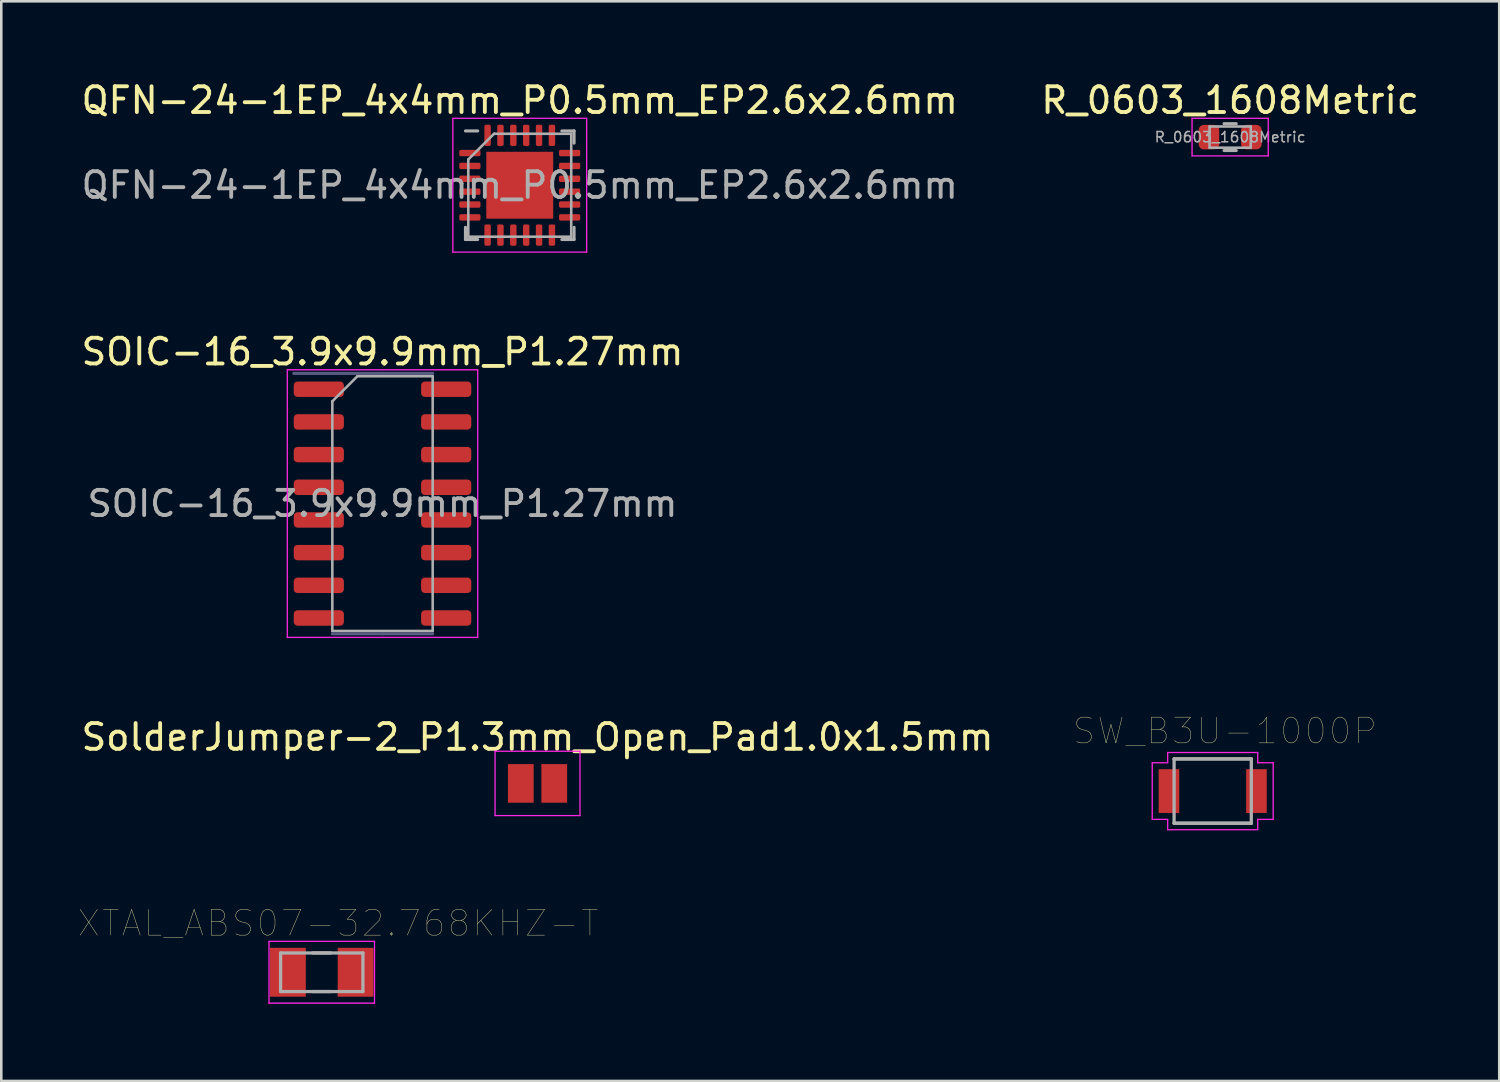
<source format=kicad_pcb>
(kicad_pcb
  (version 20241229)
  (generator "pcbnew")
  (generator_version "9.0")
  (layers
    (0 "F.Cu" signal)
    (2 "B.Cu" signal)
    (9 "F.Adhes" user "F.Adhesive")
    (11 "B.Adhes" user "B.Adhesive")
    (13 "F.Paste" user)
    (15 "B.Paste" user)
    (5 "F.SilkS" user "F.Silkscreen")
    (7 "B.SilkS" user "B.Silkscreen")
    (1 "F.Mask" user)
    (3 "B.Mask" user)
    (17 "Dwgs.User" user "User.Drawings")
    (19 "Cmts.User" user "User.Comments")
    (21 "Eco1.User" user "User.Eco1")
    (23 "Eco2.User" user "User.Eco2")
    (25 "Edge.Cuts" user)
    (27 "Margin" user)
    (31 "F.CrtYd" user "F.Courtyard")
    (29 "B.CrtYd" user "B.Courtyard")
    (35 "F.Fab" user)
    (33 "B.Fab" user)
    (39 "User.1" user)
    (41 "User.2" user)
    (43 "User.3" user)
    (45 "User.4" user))
  (footprint "QFN-24-1EP_4x4mm_P0.5mm_EP2.6x2.6mm"
    (layer "F.Cu")
    (at 17.149 4.148)
    (property "Reference" "QFN-24-1EP_4x4mm_P0.5mm_EP2.6x2.6mm" (at 0 -3.3 0) (layer "F.SilkS") (effects (font (size 1 1) (thickness 0.15))))
    (attr smd)
    (fp_line (start -2.6 -2.6) (end -2.6 2.6) (stroke (width 0.05) (type solid)) (layer "F.CrtYd"))
    (fp_line (start -2.6 2.6) (end 2.6 2.6) (stroke (width 0.05) (type solid)) (layer "F.CrtYd"))
    (fp_line (start 2.6 -2.6) (end -2.6 -2.6) (stroke (width 0.05) (type solid)) (layer "F.CrtYd"))
    (fp_line (start 2.6 2.6) (end 2.6 -2.6) (stroke (width 0.05) (type solid)) (layer "F.CrtYd"))
    (fp_line (start -2.11 2.11) (end -2.11 1.635) (stroke (width 0.12) (type solid)) (layer "F.Fab"))
    (fp_line (start -2 -1) (end -1 -2) (stroke (width 0.1) (type solid)) (layer "F.Fab"))
    (fp_line (start -2 2) (end -2 -1) (stroke (width 0.1) (type solid)) (layer "F.Fab"))
    (fp_line (start -1.635 -2.11) (end -2.11 -2.11) (stroke (width 0.12) (type solid)) (layer "F.Fab"))
    (fp_line (start -1.635 2.11) (end -2.11 2.11) (stroke (width 0.12) (type solid)) (layer "F.Fab"))
    (fp_line (start -1 -2) (end 2 -2) (stroke (width 0.1) (type solid)) (layer "F.Fab"))
    (fp_line (start 1.635 -2.11) (end 2.11 -2.11) (stroke (width 0.12) (type solid)) (layer "F.Fab"))
    (fp_line (start 1.635 2.11) (end 2.11 2.11) (stroke (width 0.12) (type solid)) (layer "F.Fab"))
    (fp_line (start 2 -2) (end 2 2) (stroke (width 0.1) (type solid)) (layer "F.Fab"))
    (fp_line (start 2 2) (end -2 2) (stroke (width 0.1) (type solid)) (layer "F.Fab"))
    (fp_line (start 2.11 -2.11) (end 2.11 -1.635) (stroke (width 0.12) (type solid)) (layer "F.Fab"))
    (fp_line (start 2.11 2.11) (end 2.11 1.635) (stroke (width 0.12) (type solid)) (layer "F.Fab"))
    (fp_text user "${REFERENCE}" (at 0 0 0) (layer "F.Fab") (effects (font (size 1 1) (thickness 0.15))))
    (pad "" smd roundrect (at -0.65 -0.65) (size 1.05 1.05) (layers "F.Paste") (roundrect_rratio 0.238))
    (pad "" smd roundrect (at -0.65 0.65) (size 1.05 1.05) (layers "F.Paste") (roundrect_rratio 0.238))
    (pad "" smd roundrect (at 0.65 -0.65) (size 1.05 1.05) (layers "F.Paste") (roundrect_rratio 0.238))
    (pad "" smd roundrect (at 0.65 0.65) (size 1.05 1.05) (layers "F.Paste") (roundrect_rratio 0.238))
    (pad "1" smd roundrect (at -1.938 -1.25) (size 0.825 0.25) (layers "F.Cu" "F.Mask" "F.Paste") (roundrect_rratio 0.25))
    (pad "2" smd roundrect (at -1.938 -0.75) (size 0.825 0.25) (layers "F.Cu" "F.Mask" "F.Paste") (roundrect_rratio 0.25))
    (pad "3" smd roundrect (at -1.938 -0.25) (size 0.825 0.25) (layers "F.Cu" "F.Mask" "F.Paste") (roundrect_rratio 0.25))
    (pad "4" smd roundrect (at -1.938 0.25) (size 0.825 0.25) (layers "F.Cu" "F.Mask" "F.Paste") (roundrect_rratio 0.25))
    (pad "5" smd roundrect (at -1.938 0.75) (size 0.825 0.25) (layers "F.Cu" "F.Mask" "F.Paste") (roundrect_rratio 0.25))
    (pad "6" smd roundrect (at -1.938 1.25) (size 0.825 0.25) (layers "F.Cu" "F.Mask" "F.Paste") (roundrect_rratio 0.25))
    (pad "7" smd roundrect (at -1.25 1.938) (size 0.25 0.825) (layers "F.Cu" "F.Mask" "F.Paste") (roundrect_rratio 0.25))
    (pad "8" smd roundrect (at -0.75 1.938) (size 0.25 0.825) (layers "F.Cu" "F.Mask" "F.Paste") (roundrect_rratio 0.25))
    (pad "9" smd roundrect (at -0.25 1.938) (size 0.25 0.825) (layers "F.Cu" "F.Mask" "F.Paste") (roundrect_rratio 0.25))
    (pad "10" smd roundrect (at 0.25 1.938) (size 0.25 0.825) (layers "F.Cu" "F.Mask" "F.Paste") (roundrect_rratio 0.25))
    (pad "11" smd roundrect (at 0.75 1.938) (size 0.25 0.825) (layers "F.Cu" "F.Mask" "F.Paste") (roundrect_rratio 0.25))
    (pad "12" smd roundrect (at 1.25 1.938) (size 0.25 0.825) (layers "F.Cu" "F.Mask" "F.Paste") (roundrect_rratio 0.25))
    (pad "13" smd roundrect (at 1.938 1.25) (size 0.825 0.25) (layers "F.Cu" "F.Mask" "F.Paste") (roundrect_rratio 0.25))
    (pad "14" smd roundrect (at 1.938 0.75) (size 0.825 0.25) (layers "F.Cu" "F.Mask" "F.Paste") (roundrect_rratio 0.25))
    (pad "15" smd roundrect (at 1.938 0.25) (size 0.825 0.25) (layers "F.Cu" "F.Mask" "F.Paste") (roundrect_rratio 0.25))
    (pad "16" smd roundrect (at 1.938 -0.25) (size 0.825 0.25) (layers "F.Cu" "F.Mask" "F.Paste") (roundrect_rratio 0.25))
    (pad "17" smd roundrect (at 1.938 -0.75) (size 0.825 0.25) (layers "F.Cu" "F.Mask" "F.Paste") (roundrect_rratio 0.25))
    (pad "18" smd roundrect (at 1.938 -1.25) (size 0.825 0.25) (layers "F.Cu" "F.Mask" "F.Paste") (roundrect_rratio 0.25))
    (pad "19" smd roundrect (at 1.25 -1.938) (size 0.25 0.825) (layers "F.Cu" "F.Mask" "F.Paste") (roundrect_rratio 0.25))
    (pad "20" smd roundrect (at 0.75 -1.938) (size 0.25 0.825) (layers "F.Cu" "F.Mask" "F.Paste") (roundrect_rratio 0.25))
    (pad "21" smd roundrect (at 0.25 -1.938) (size 0.25 0.825) (layers "F.Cu" "F.Mask" "F.Paste") (roundrect_rratio 0.25))
    (pad "22" smd roundrect (at -0.25 -1.938) (size 0.25 0.825) (layers "F.Cu" "F.Mask" "F.Paste") (roundrect_rratio 0.25))
    (pad "23" smd roundrect (at -0.75 -1.938) (size 0.25 0.825) (layers "F.Cu" "F.Mask" "F.Paste") (roundrect_rratio 0.25))
    (pad "24" smd roundrect (at -1.25 -1.938) (size 0.25 0.825) (layers "F.Cu" "F.Mask" "F.Paste") (roundrect_rratio 0.25))
    (pad "25" smd rect (at 0 0) (size 2.6 2.6) (layers "F.Cu" "F.Mask")))
  (footprint "R_0603_1608Metric"
    (layer "F.Cu")
    (at 44.756 2.278)
    (property "Reference" "R_0603_1608Metric" (at 0 -1.43 0) (layer "F.SilkS") (effects (font (size 1 1) (thickness 0.15))))
    (attr smd)
    (fp_line (start -1.48 -0.73) (end 1.48 -0.73) (stroke (width 0.05) (type solid)) (layer "F.CrtYd"))
    (fp_line (start -1.48 0.73) (end -1.48 -0.73) (stroke (width 0.05) (type solid)) (layer "F.CrtYd"))
    (fp_line (start 1.48 -0.73) (end 1.48 0.73) (stroke (width 0.05) (type solid)) (layer "F.CrtYd"))
    (fp_line (start 1.48 0.73) (end -1.48 0.73) (stroke (width 0.05) (type solid)) (layer "F.CrtYd"))
    (fp_line (start -0.8 -0.412) (end 0.8 -0.412) (stroke (width 0.1) (type solid)) (layer "F.Fab"))
    (fp_line (start -0.8 0.412) (end -0.8 -0.412) (stroke (width 0.1) (type solid)) (layer "F.Fab"))
    (fp_line (start -0.237 -0.522) (end 0.237 -0.522) (stroke (width 0.12) (type solid)) (layer "F.Fab"))
    (fp_line (start -0.237 0.522) (end 0.237 0.522) (stroke (width 0.12) (type solid)) (layer "F.Fab"))
    (fp_line (start 0.8 -0.412) (end 0.8 0.412) (stroke (width 0.1) (type solid)) (layer "F.Fab"))
    (fp_line (start 0.8 0.412) (end -0.8 0.412) (stroke (width 0.1) (type solid)) (layer "F.Fab"))
    (fp_text user "${REFERENCE}" (at 0 0 0) (layer "F.Fab") (effects (font (size 0.4 0.4) (thickness 0.06))))
    (pad "1" smd roundrect (at -0.825 0) (size 0.8 0.95) (layers "F.Cu" "F.Mask" "F.Paste") (roundrect_rratio 0.25))
    (pad "2" smd roundrect (at 0.825 0) (size 0.8 0.95) (layers "F.Cu" "F.Mask" "F.Paste") (roundrect_rratio 0.25)))
  (footprint "SolderJumper-2_P1.3mm_Open_Pad1.0x1.5mm"
    (layer "F.Cu")
    (at 17.839 27.395)
    (property "Reference" "SolderJumper-2_P1.3mm_Open_Pad1.0x1.5mm" (at 0 -1.8 180) (layer "F.SilkS") (effects (font (size 1 1) (thickness 0.15))))
    (attr exclude_from_pos_files)
    (fp_line (start -1.65 -1.25) (end -1.65 1.25) (stroke (width 0.05) (type solid)) (layer "F.CrtYd"))
    (fp_line (start -1.65 -1.25) (end 1.65 -1.25) (stroke (width 0.05) (type solid)) (layer "F.CrtYd"))
    (fp_line (start 1.65 1.25) (end -1.65 1.25) (stroke (width 0.05) (type solid)) (layer "F.CrtYd"))
    (fp_line (start 1.65 1.25) (end 1.65 -1.25) (stroke (width 0.05) (type solid)) (layer "F.CrtYd"))
    (pad "1" smd rect (at -0.65 0) (size 1 1.5) (layers "F.Cu" "F.Mask"))
    (pad "2" smd rect (at 0.65 0) (size 1 1.5) (layers "F.Cu" "F.Mask")))
  (footprint "XTAL_ABS07-32.768KHZ-T"
    (layer "F.Cu")
    (at 9.454 34.734)
    (property "Reference" "XTAL_ABS07-32.768KHZ-T" (at 0.635 -1.905 180) (layer "F.SilkS") (effects (font (size 1 1) (thickness 0.015))))
    (attr smd)
    (fp_line (start -2.05 -1.2) (end 2.05 -1.2) (stroke (width 0.05) (type solid)) (layer "F.CrtYd"))
    (fp_line (start -2.05 1.2) (end -2.05 -1.2) (stroke (width 0.05) (type solid)) (layer "F.CrtYd"))
    (fp_line (start 2.05 -1.2) (end 2.05 1.2) (stroke (width 0.05) (type solid)) (layer "F.CrtYd"))
    (fp_line (start 2.05 1.2) (end -2.05 1.2) (stroke (width 0.05) (type solid)) (layer "F.CrtYd"))
    (fp_line (start -1.6 -0.75) (end 1.6 -0.75) (stroke (width 0.127) (type solid)) (layer "F.Fab"))
    (fp_line (start -1.6 0.75) (end -1.6 -0.75) (stroke (width 0.127) (type solid)) (layer "F.Fab"))
    (fp_line (start -0.35 -0.75) (end 0.35 -0.75) (stroke (width 0.127) (type solid)) (layer "F.Fab"))
    (fp_line (start -0.35 0.75) (end 0.35 0.75) (stroke (width 0.127) (type solid)) (layer "F.Fab"))
    (fp_line (start 1.6 -0.75) (end 1.6 0.75) (stroke (width 0.127) (type solid)) (layer "F.Fab"))
    (fp_line (start 1.6 0.75) (end -1.6 0.75) (stroke (width 0.127) (type solid)) (layer "F.Fab"))
    (pad "1" smd rect (at -1.315 0) (size 1.39 1.9) (layers "F.Cu" "F.Mask" "F.Paste"))
    (pad "2" smd rect (at 1.315 0) (size 1.39 1.9) (layers "F.Cu" "F.Mask" "F.Paste")))
  (footprint "SW_B3U-1000P"
    (layer "F.Cu")
    (at 44.078 27.693)
    (property "Reference" "SW_B3U-1000P" (at 0.475 -2.335 0) (layer "F.SilkS") (effects (font (size 1 1) (thickness 0.015))))
    (attr through_hole)
    (fp_line (start -2.35 -1.1) (end -1.75 -1.1) (stroke (width 0.05) (type solid)) (layer "F.CrtYd"))
    (fp_line (start -2.35 1.1) (end -2.35 -1.1) (stroke (width 0.05) (type solid)) (layer "F.CrtYd"))
    (fp_line (start -1.75 -1.5) (end 1.75 -1.5) (stroke (width 0.05) (type solid)) (layer "F.CrtYd"))
    (fp_line (start -1.75 -1.1) (end -1.75 -1.5) (stroke (width 0.05) (type solid)) (layer "F.CrtYd"))
    (fp_line (start -1.75 1.1) (end -2.35 1.1) (stroke (width 0.05) (type solid)) (layer "F.CrtYd"))
    (fp_line (start -1.75 1.5) (end -1.75 1.1) (stroke (width 0.05) (type solid)) (layer "F.CrtYd"))
    (fp_line (start 1.75 -1.5) (end 1.75 -1.1) (stroke (width 0.05) (type solid)) (layer "F.CrtYd"))
    (fp_line (start 1.75 -1.1) (end 2.35 -1.1) (stroke (width 0.05) (type solid)) (layer "F.CrtYd"))
    (fp_line (start 1.75 1.1) (end 1.75 1.5) (stroke (width 0.05) (type solid)) (layer "F.CrtYd"))
    (fp_line (start 1.75 1.5) (end -1.75 1.5) (stroke (width 0.05) (type solid)) (layer "F.CrtYd"))
    (fp_line (start 2.35 -1.1) (end 2.35 1.1) (stroke (width 0.05) (type solid)) (layer "F.CrtYd"))
    (fp_line (start 2.35 1.1) (end 1.75 1.1) (stroke (width 0.05) (type solid)) (layer "F.CrtYd"))
    (fp_line (start -1.5 -1.25) (end 1.5 -1.25) (stroke (width 0.127) (type solid)) (layer "F.Fab"))
    (fp_line (start -1.5 1.25) (end -1.5 -1.25) (stroke (width 0.127) (type solid)) (layer "F.Fab"))
    (fp_line (start -1.5 1.25) (end 1.5 1.25) (stroke (width 0.127) (type solid)) (layer "F.Fab"))
    (fp_line (start 1.5 -1.25) (end -1.5 -1.25) (stroke (width 0.127) (type solid)) (layer "F.Fab"))
    (fp_line (start 1.5 -1.25) (end 1.5 1.25) (stroke (width 0.127) (type solid)) (layer "F.Fab"))
    (fp_line (start 1.5 1.25) (end -1.5 1.25) (stroke (width 0.127) (type solid)) (layer "F.Fab"))
    (pad "1" smd rect (at -1.7 0) (size 0.8 1.7) (layers "F.Cu" "F.Mask" "F.Paste"))
    (pad "2" smd rect (at 1.7 0) (size 0.8 1.7) (layers "F.Cu" "F.Mask" "F.Paste")))
  (footprint "SOIC-16_3.9x9.9mm_P1.27mm"
    (layer "F.Cu")
    (at 11.815 16.521)
    (property "Reference" "SOIC-16_3.9x9.9mm_P1.27mm" (at 0 -5.9 0) (layer "F.SilkS") (effects (font (size 1 1) (thickness 0.15))))
    (attr smd)
    (fp_line (start -3.7 -5.2) (end -3.7 5.2) (stroke (width 0.05) (type solid)) (layer "F.CrtYd"))
    (fp_line (start -3.7 5.2) (end 3.7 5.2) (stroke (width 0.05) (type solid)) (layer "F.CrtYd"))
    (fp_line (start 3.7 -5.2) (end -3.7 -5.2) (stroke (width 0.05) (type solid)) (layer "F.CrtYd"))
    (fp_line (start 3.7 5.2) (end 3.7 -5.2) (stroke (width 0.05) (type solid)) (layer "F.CrtYd"))
    (fp_line (start 0 -5.06) (end -3.45 -5.06) (stroke (width 0.12) (type solid)) (layer "B.Fab"))
    (fp_line (start 0 -5.06) (end 1.95 -5.06) (stroke (width 0.12) (type solid)) (layer "B.Fab"))
    (fp_line (start 0 5.06) (end -1.95 5.06) (stroke (width 0.12) (type solid)) (layer "B.Fab"))
    (fp_line (start 0 5.06) (end 1.95 5.06) (stroke (width 0.12) (type solid)) (layer "B.Fab"))
    (fp_line (start -1.95 -3.975) (end -0.975 -4.95) (stroke (width 0.1) (type solid)) (layer "F.Fab"))
    (fp_line (start -1.95 4.95) (end -1.95 -3.975) (stroke (width 0.1) (type solid)) (layer "F.Fab"))
    (fp_line (start -0.975 -4.95) (end 1.95 -4.95) (stroke (width 0.1) (type solid)) (layer "F.Fab"))
    (fp_line (start 1.95 -4.95) (end 1.95 4.95) (stroke (width 0.1) (type solid)) (layer "F.Fab"))
    (fp_line (start 1.95 4.95) (end -1.95 4.95) (stroke (width 0.1) (type solid)) (layer "F.Fab"))
    (fp_text user "${REFERENCE}" (at 0 0 0) (layer "F.Fab") (effects (font (size 0.98 0.98) (thickness 0.15))))
    (pad "1" smd roundrect (at -2.475 -4.445) (size 1.95 0.6) (layers "F.Cu" "F.Mask" "F.Paste") (roundrect_rratio 0.25))
    (pad "2" smd roundrect (at -2.475 -3.175) (size 1.95 0.6) (layers "F.Cu" "F.Mask" "F.Paste") (roundrect_rratio 0.25))
    (pad "3" smd roundrect (at -2.475 -1.905) (size 1.95 0.6) (layers "F.Cu" "F.Mask" "F.Paste") (roundrect_rratio 0.25))
    (pad "4" smd roundrect (at -2.475 -0.635) (size 1.95 0.6) (layers "F.Cu" "F.Mask" "F.Paste") (roundrect_rratio 0.25))
    (pad "5" smd roundrect (at -2.475 0.635) (size 1.95 0.6) (layers "F.Cu" "F.Mask" "F.Paste") (roundrect_rratio 0.25))
    (pad "6" smd roundrect (at -2.475 1.905) (size 1.95 0.6) (layers "F.Cu" "F.Mask" "F.Paste") (roundrect_rratio 0.25))
    (pad "7" smd roundrect (at -2.475 3.175) (size 1.95 0.6) (layers "F.Cu" "F.Mask" "F.Paste") (roundrect_rratio 0.25))
    (pad "8" smd roundrect (at -2.475 4.445) (size 1.95 0.6) (layers "F.Cu" "F.Mask" "F.Paste") (roundrect_rratio 0.25))
    (pad "9" smd roundrect (at 2.475 4.445) (size 1.95 0.6) (layers "F.Cu" "F.Mask" "F.Paste") (roundrect_rratio 0.25))
    (pad "10" smd roundrect (at 2.475 3.175) (size 1.95 0.6) (layers "F.Cu" "F.Mask" "F.Paste") (roundrect_rratio 0.25))
    (pad "11" smd roundrect (at 2.475 1.905) (size 1.95 0.6) (layers "F.Cu" "F.Mask" "F.Paste") (roundrect_rratio 0.25))
    (pad "12" smd roundrect (at 2.475 0.635) (size 1.95 0.6) (layers "F.Cu" "F.Mask" "F.Paste") (roundrect_rratio 0.25))
    (pad "13" smd roundrect (at 2.475 -0.635) (size 1.95 0.6) (layers "F.Cu" "F.Mask" "F.Paste") (roundrect_rratio 0.25))
    (pad "14" smd roundrect (at 2.475 -1.905) (size 1.95 0.6) (layers "F.Cu" "F.Mask" "F.Paste") (roundrect_rratio 0.25))
    (pad "15" smd roundrect (at 2.475 -3.175) (size 1.95 0.6) (layers "F.Cu" "F.Mask" "F.Paste") (roundrect_rratio 0.25))
    (pad "16" smd roundrect (at 2.475 -4.445) (size 1.95 0.6) (layers "F.Cu" "F.Mask" "F.Paste") (roundrect_rratio 0.25)))
  (gr_rect
    (start -3 -3)
    (end 55.214 38.959)
    (stroke (width 0.1) (type default))
    (fill no)
    (layer "Edge.Cuts")))
</source>
